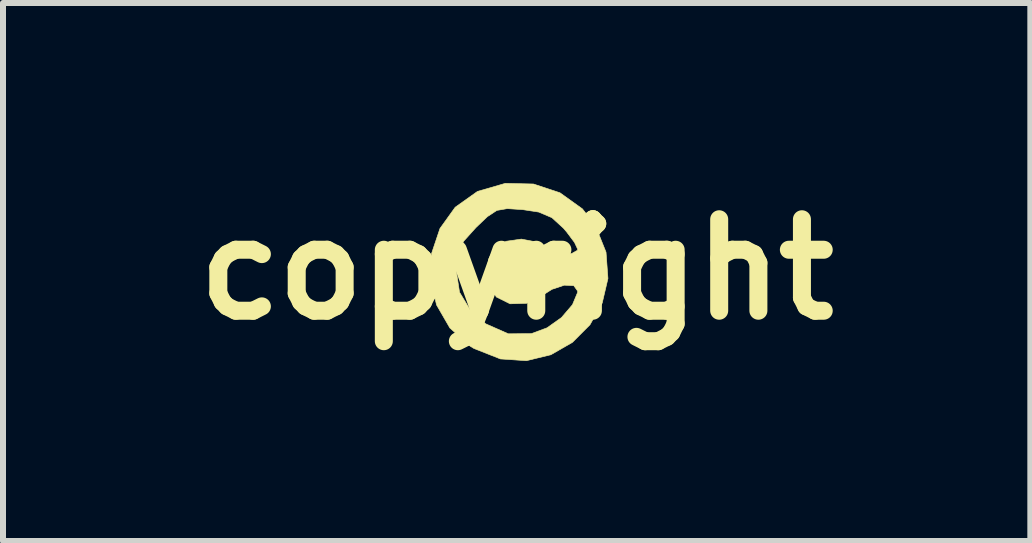
<source format=kicad_pcb>
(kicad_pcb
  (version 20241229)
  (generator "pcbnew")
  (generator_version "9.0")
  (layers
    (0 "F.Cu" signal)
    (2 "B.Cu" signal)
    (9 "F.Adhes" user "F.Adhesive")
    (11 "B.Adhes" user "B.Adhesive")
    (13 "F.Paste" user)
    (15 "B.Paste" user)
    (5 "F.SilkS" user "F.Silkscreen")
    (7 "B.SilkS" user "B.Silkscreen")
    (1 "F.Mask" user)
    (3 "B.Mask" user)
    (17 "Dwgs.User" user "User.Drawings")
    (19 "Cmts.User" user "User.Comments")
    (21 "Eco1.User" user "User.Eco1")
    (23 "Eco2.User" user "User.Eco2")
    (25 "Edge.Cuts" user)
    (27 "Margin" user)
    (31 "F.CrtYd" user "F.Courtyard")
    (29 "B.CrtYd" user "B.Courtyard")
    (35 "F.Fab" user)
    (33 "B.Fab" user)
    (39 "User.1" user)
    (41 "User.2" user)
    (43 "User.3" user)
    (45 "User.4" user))
  (footprint "copyright"
    (layer "F.Cu")
    (at 5.559 1.438)
    (property "Reference" "copyright" (at 0 0 0) (layer "F.SilkS") (effects (font (size 1.524 1.524) (thickness 0.3))))
    (attr through_hole)
    (fp_poly (pts (xy 0.28 -1.422) (xy 0.721 -1.276) (xy 1.095 -1.008) (xy 1.309 -0.734) (xy 1.489 -0.286) (xy 1.521 0.153) (xy 1.425 0.562) (xy 1.221 0.924) (xy 0.929 1.217) (xy 0.57 1.423) (xy 0.163 1.522) (xy -0.27 1.493) (xy -0.711 1.319) (xy -0.769 1.284) (xy -1.113 0.977) (xy -1.335 0.593) (xy -1.435 0.166) (xy -1.426 -0.031) (xy -1.015 -0.031) (xy -0.952 0.382) (xy -0.756 0.706) (xy -0.515 0.908) (xy -0.139 1.074) (xy 0.246 1.071) (xy 0.507 0.974) (xy 0.746 0.804) (xy 0.93 0.589) (xy 1.015 0.385) (xy 1.016 0.362) (xy 0.952 0.272) (xy 0.793 0.264) (xy 0.588 0.333) (xy 0.446 0.423) (xy 0.164 0.566) (xy -0.11 0.574) (xy -0.338 0.461) (xy -0.48 0.243) (xy -0.508 0.057) (xy -0.462 -0.182) (xy -0.368 -0.353) (xy -0.174 -0.468) (xy 0.079 -0.504) (xy 0.314 -0.459) (xy 0.423 -0.381) (xy 0.555 -0.3) (xy 0.742 -0.259) (xy 0.916 -0.263) (xy 1.012 -0.317) (xy 1.016 -0.337) (xy 0.964 -0.448) (xy 0.833 -0.623) (xy 0.778 -0.687) (xy 0.587 -0.861) (xy 0.369 -0.954) (xy 0.102 -0.995) (xy -0.157 -1.012) (xy -0.33 -0.982) (xy -0.488 -0.878) (xy -0.677 -0.698) (xy -0.883 -0.469) (xy -0.985 -0.277) (xy -1.015 -0.061) (xy -1.015 -0.031) (xy -1.426 -0.031) (xy -1.416 -0.27) (xy -1.278 -0.681) (xy -1.024 -1.035) (xy -0.655 -1.297) (xy -0.648 -1.3) (xy -0.189 -1.433) (xy 0.28 -1.422)) (stroke (width 0.01) (type solid)) (fill yes) (layer "F.SilkS")))
  (gr_rect
    (start -3 -3)
    (end 14.118 5.965)
    (stroke (width 0.1) (type default))
    (fill no)
    (layer "Edge.Cuts")))
</source>
